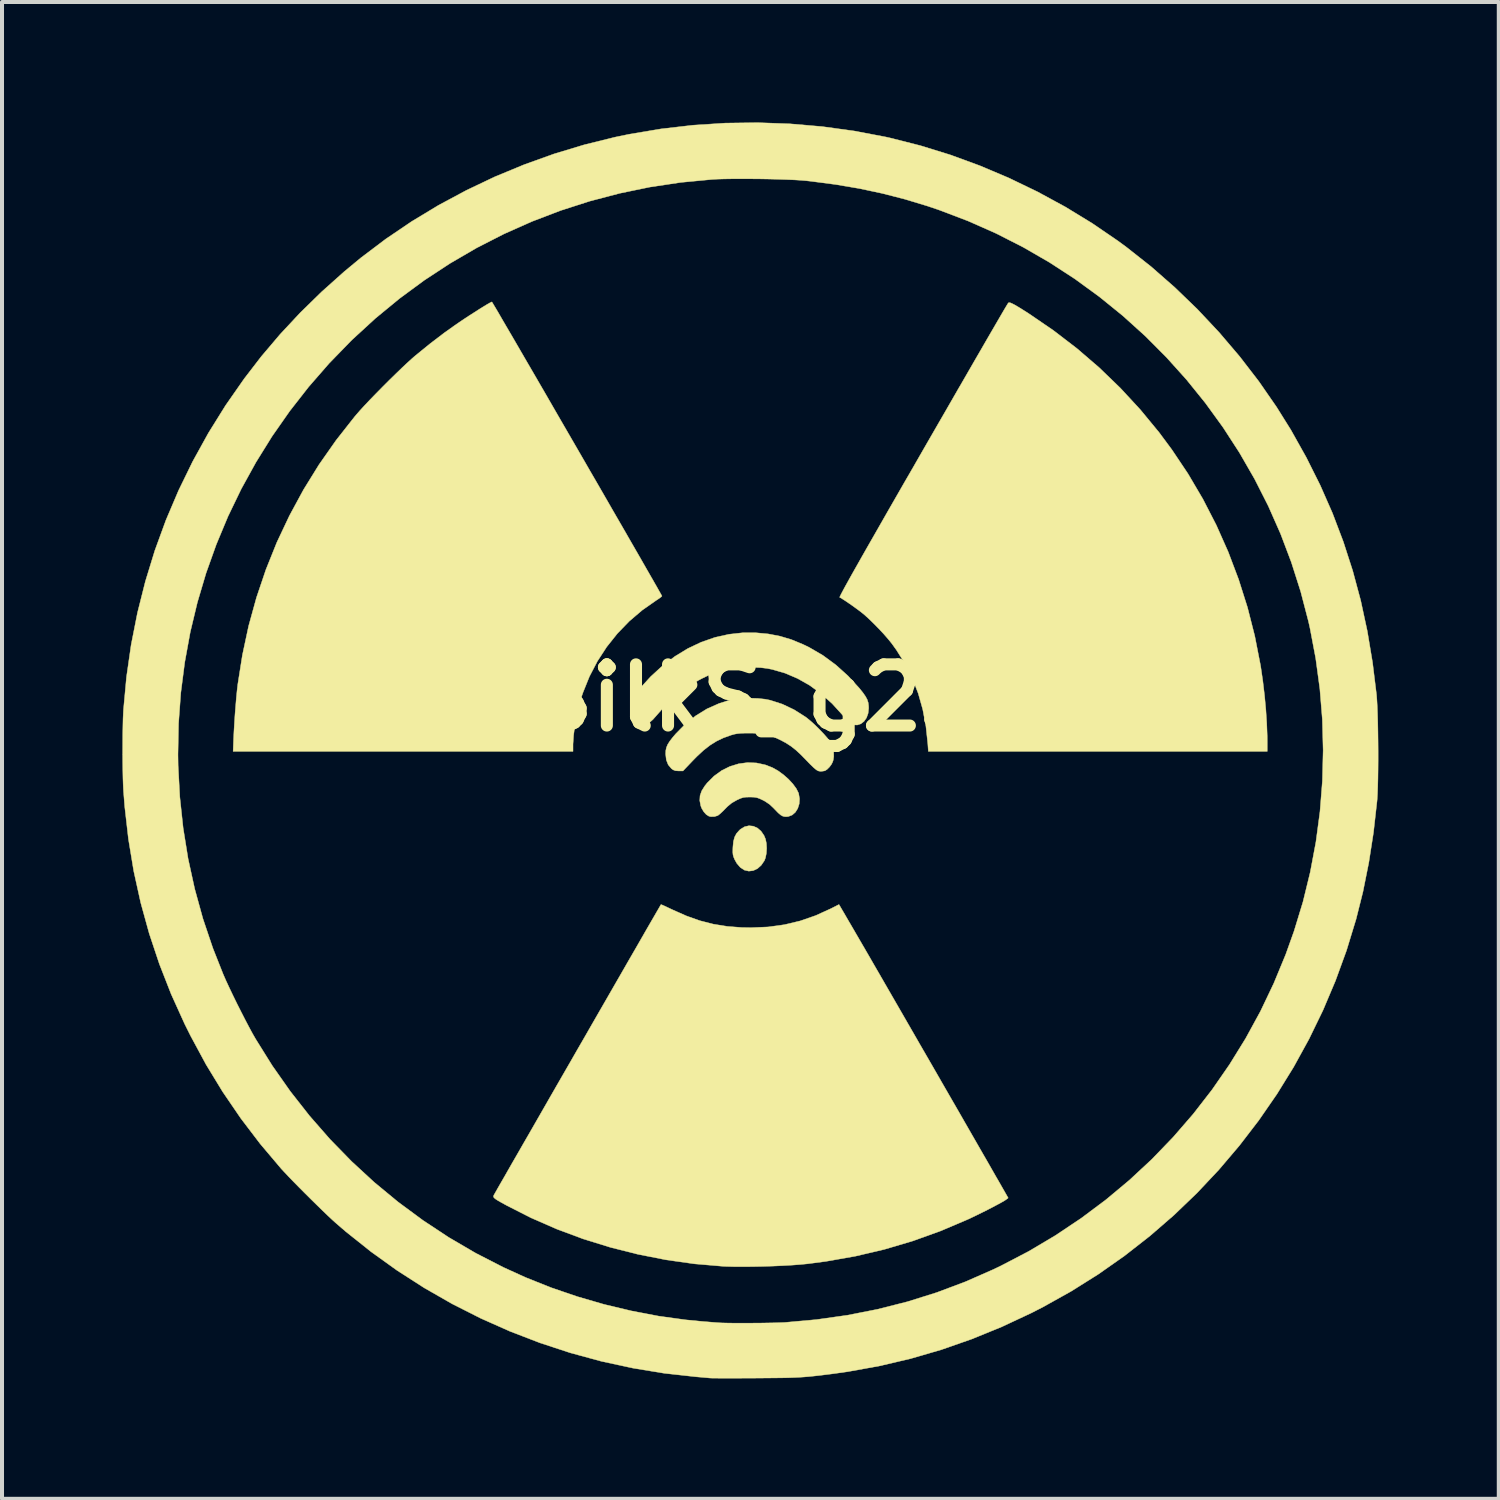
<source format=kicad_pcb>
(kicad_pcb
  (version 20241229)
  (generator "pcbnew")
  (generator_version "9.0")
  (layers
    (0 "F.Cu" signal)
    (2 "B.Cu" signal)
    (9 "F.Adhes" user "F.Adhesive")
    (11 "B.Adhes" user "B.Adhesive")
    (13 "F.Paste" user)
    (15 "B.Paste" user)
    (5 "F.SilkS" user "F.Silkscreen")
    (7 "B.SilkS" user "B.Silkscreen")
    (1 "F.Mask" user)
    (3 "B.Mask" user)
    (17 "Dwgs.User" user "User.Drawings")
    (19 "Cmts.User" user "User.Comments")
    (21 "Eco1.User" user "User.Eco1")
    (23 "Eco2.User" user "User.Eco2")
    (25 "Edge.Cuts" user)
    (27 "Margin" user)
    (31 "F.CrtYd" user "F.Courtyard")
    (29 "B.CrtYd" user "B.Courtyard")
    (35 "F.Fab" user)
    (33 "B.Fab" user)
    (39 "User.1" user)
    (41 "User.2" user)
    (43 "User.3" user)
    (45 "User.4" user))
  (footprint "F.SilkS_g2349"
    (layer "F.Cu")
    (at 16.239 14.333)
    (property "Reference" "F.SilkS_g2349" (at 0 0 0) (layer "F.SilkS") (effects (font (size 1.524 1.524) (thickness 0.3))))
    (attr through_hole)
    (fp_poly (pts (xy -0.526 3.196) (xy -0.424 3.241) (xy -0.333 3.319) (xy -0.259 3.426) (xy -0.222 3.514) (xy -0.199 3.622) (xy -0.192 3.747) (xy -0.2 3.874) (xy -0.223 3.987) (xy -0.248 4.053) (xy -0.327 4.169) (xy -0.421 4.253) (xy -0.527 4.303) (xy -0.637 4.316) (xy -0.748 4.29) (xy -0.751 4.288) (xy -0.849 4.223) (xy -0.936 4.122) (xy -0.99 4.025) (xy -1.015 3.965) (xy -1.03 3.911) (xy -1.036 3.85) (xy -1.035 3.766) (xy -1.033 3.718) (xy -1.02 3.578) (xy -0.991 3.468) (xy -0.944 3.379) (xy -0.872 3.298) (xy -0.845 3.273) (xy -0.742 3.21) (xy -0.634 3.185) (xy -0.526 3.196)) (stroke (width 0.01) (type solid)) (fill yes) (layer "F.SilkS"))
    (fp_poly (pts (xy -0.446 1.621) (xy -0.225 1.669) (xy -0.05 1.737) (xy 0.089 1.815) (xy 0.225 1.914) (xy 0.351 2.025) (xy 0.46 2.143) (xy 0.546 2.26) (xy 0.6 2.369) (xy 0.606 2.389) (xy 0.627 2.517) (xy 0.618 2.641) (xy 0.582 2.754) (xy 0.523 2.849) (xy 0.444 2.918) (xy 0.348 2.955) (xy 0.33 2.958) (xy 0.268 2.96) (xy 0.214 2.949) (xy 0.159 2.919) (xy 0.096 2.866) (xy 0.017 2.785) (xy -0.007 2.759) (xy -0.115 2.656) (xy -0.231 2.577) (xy -0.286 2.548) (xy -0.371 2.508) (xy -0.438 2.485) (xy -0.506 2.474) (xy -0.592 2.471) (xy -0.614 2.471) (xy -0.707 2.473) (xy -0.776 2.482) (xy -0.842 2.503) (xy -0.922 2.539) (xy -0.94 2.548) (xy -1.062 2.618) (xy -1.17 2.707) (xy -1.226 2.764) (xy -1.292 2.831) (xy -1.354 2.888) (xy -1.402 2.926) (xy -1.414 2.933) (xy -1.493 2.957) (xy -1.582 2.959) (xy -1.63 2.948) (xy -1.696 2.907) (xy -1.76 2.836) (xy -1.812 2.748) (xy -1.834 2.69) (xy -1.859 2.559) (xy -1.852 2.437) (xy -1.811 2.318) (xy -1.733 2.193) (xy -1.674 2.119) (xy -1.503 1.948) (xy -1.313 1.81) (xy -1.107 1.708) (xy -0.891 1.642) (xy -0.669 1.612) (xy -0.446 1.621)) (stroke (width 0.01) (type solid)) (fill yes) (layer "F.SilkS"))
    (fp_poly (pts (xy -0.466 -1.622) (xy -0.154 -1.593) (xy 0.138 -1.537) (xy 0.422 -1.452) (xy 0.709 -1.334) (xy 0.868 -1.257) (xy 1.209 -1.058) (xy 1.531 -0.821) (xy 1.834 -0.548) (xy 2.113 -0.244) (xy 2.204 -0.131) (xy 2.269 -0.038) (xy 2.312 0.042) (xy 2.337 0.12) (xy 2.347 0.202) (xy 2.349 0.256) (xy 2.335 0.385) (xy 2.295 0.497) (xy 2.233 0.585) (xy 2.154 0.647) (xy 2.064 0.676) (xy 1.967 0.671) (xy 1.917 0.653) (xy 1.884 0.628) (xy 1.831 0.577) (xy 1.766 0.507) (xy 1.697 0.426) (xy 1.693 0.422) (xy 1.439 0.143) (xy 1.166 -0.102) (xy 0.879 -0.312) (xy 0.577 -0.483) (xy 0.265 -0.616) (xy -0.056 -0.709) (xy -0.177 -0.733) (xy -0.341 -0.753) (xy -0.53 -0.76) (xy -0.73 -0.757) (xy -0.929 -0.744) (xy -1.111 -0.72) (xy -1.251 -0.691) (xy -1.403 -0.648) (xy -1.534 -0.604) (xy -1.659 -0.553) (xy -1.794 -0.488) (xy -1.881 -0.443) (xy -2.179 -0.264) (xy -2.463 -0.047) (xy -2.73 0.205) (xy -2.92 0.42) (xy -3.025 0.539) (xy -3.116 0.62) (xy -3.199 0.666) (xy -3.277 0.679) (xy -3.355 0.66) (xy -3.41 0.63) (xy -3.49 0.553) (xy -3.547 0.446) (xy -3.577 0.319) (xy -3.581 0.246) (xy -3.577 0.16) (xy -3.563 0.086) (xy -3.534 0.015) (xy -3.487 -0.063) (xy -3.417 -0.155) (xy -3.361 -0.223) (xy -3.082 -0.529) (xy -2.787 -0.799) (xy -2.478 -1.033) (xy -2.156 -1.229) (xy -1.823 -1.387) (xy -1.481 -1.506) (xy -1.131 -1.584) (xy -0.775 -1.623) (xy -0.466 -1.622)) (stroke (width 0.01) (type solid)) (fill yes) (layer "F.SilkS"))
    (fp_poly (pts (xy -0.409 0.014) (xy -0.231 0.033) (xy -0.106 0.058) (xy 0.198 0.156) (xy 0.491 0.295) (xy 0.769 0.471) (xy 0.815 0.505) (xy 0.909 0.583) (xy 1.017 0.681) (xy 1.127 0.79) (xy 1.232 0.901) (xy 1.321 1.003) (xy 1.384 1.085) (xy 1.43 1.158) (xy 1.457 1.22) (xy 1.471 1.291) (xy 1.477 1.354) (xy 1.479 1.462) (xy 1.467 1.547) (xy 1.451 1.597) (xy 1.417 1.663) (xy 1.367 1.728) (xy 1.311 1.783) (xy 1.261 1.815) (xy 1.239 1.82) (xy 1.191 1.827) (xy 1.182 1.829) (xy 1.142 1.83) (xy 1.09 1.819) (xy 1.045 1.793) (xy 0.977 1.736) (xy 0.888 1.65) (xy 0.804 1.563) (xy 0.664 1.419) (xy 0.538 1.302) (xy 0.418 1.207) (xy 0.295 1.127) (xy 0.168 1.058) (xy 0.02 0.988) (xy -0.111 0.938) (xy -0.238 0.905) (xy -0.375 0.887) (xy -0.534 0.879) (xy -0.614 0.878) (xy -0.744 0.879) (xy -0.843 0.883) (xy -0.921 0.891) (xy -0.989 0.903) (xy -1.058 0.922) (xy -1.079 0.928) (xy -1.268 0.996) (xy -1.44 1.078) (xy -1.603 1.18) (xy -1.764 1.305) (xy -1.932 1.461) (xy -2.033 1.564) (xy -2.277 1.82) (xy -2.386 1.82) (xy -2.464 1.815) (xy -2.521 1.793) (xy -2.563 1.763) (xy -2.644 1.668) (xy -2.692 1.547) (xy -2.709 1.398) (xy -2.705 1.313) (xy -2.689 1.237) (xy -2.658 1.162) (xy -2.607 1.081) (xy -2.533 0.985) (xy -2.458 0.897) (xy -2.219 0.653) (xy -1.958 0.445) (xy -1.678 0.273) (xy -1.379 0.14) (xy -1.131 0.061) (xy -0.977 0.031) (xy -0.796 0.014) (xy -0.602 0.008) (xy -0.409 0.014)) (stroke (width 0.01) (type solid)) (fill yes) (layer "F.SilkS"))
    (fp_poly (pts (xy 5.873 -9.842) (xy 5.919 -9.823) (xy 5.987 -9.788) (xy 6.078 -9.735) (xy 6.197 -9.661) (xy 6.334 -9.574) (xy 6.947 -9.155) (xy 7.534 -8.705) (xy 8.092 -8.225) (xy 8.619 -7.716) (xy 9.116 -7.178) (xy 9.581 -6.614) (xy 9.898 -6.187) (xy 10.304 -5.581) (xy 10.674 -4.952) (xy 11.008 -4.303) (xy 11.305 -3.635) (xy 11.564 -2.95) (xy 11.785 -2.252) (xy 11.966 -1.541) (xy 12.107 -0.82) (xy 12.117 -0.76) (xy 12.167 -0.416) (xy 12.209 -0.062) (xy 12.242 0.292) (xy 12.264 0.632) (xy 12.276 0.949) (xy 12.277 1.074) (xy 12.277 1.333) (xy 3.835 1.333) (xy 3.822 1.148) (xy 3.774 0.703) (xy 3.695 0.285) (xy 3.583 -0.11) (xy 3.438 -0.486) (xy 3.258 -0.845) (xy 3.041 -1.191) (xy 2.927 -1.35) (xy 2.838 -1.46) (xy 2.727 -1.588) (xy 2.601 -1.723) (xy 2.47 -1.856) (xy 2.344 -1.978) (xy 2.232 -2.079) (xy 2.207 -2.099) (xy 2.139 -2.153) (xy 2.055 -2.215) (xy 1.962 -2.283) (xy 1.867 -2.349) (xy 1.778 -2.41) (xy 1.702 -2.459) (xy 1.648 -2.492) (xy 1.627 -2.502) (xy 1.628 -2.512) (xy 1.64 -2.54) (xy 1.664 -2.588) (xy 1.699 -2.655) (xy 1.746 -2.743) (xy 1.807 -2.853) (xy 1.88 -2.985) (xy 1.968 -3.142) (xy 2.07 -3.322) (xy 2.187 -3.529) (xy 2.319 -3.761) (xy 2.468 -4.021) (xy 2.633 -4.31) (xy 2.814 -4.627) (xy 3.014 -4.975) (xy 3.231 -5.353) (xy 3.468 -5.763) (xy 3.723 -6.207) (xy 3.998 -6.684) (xy 4.293 -7.195) (xy 4.608 -7.743) (xy 4.642 -7.8) (xy 4.835 -8.135) (xy 5.008 -8.435) (xy 5.162 -8.701) (xy 5.297 -8.935) (xy 5.415 -9.138) (xy 5.516 -9.312) (xy 5.601 -9.458) (xy 5.671 -9.578) (xy 5.727 -9.674) (xy 5.77 -9.746) (xy 5.8 -9.796) (xy 5.819 -9.826) (xy 5.826 -9.837) (xy 5.843 -9.845) (xy 5.873 -9.842)) (stroke (width 0.01) (type solid)) (fill yes) (layer "F.SilkS"))
    (fp_poly (pts (xy -7.025 -9.845) (xy -6.994 -9.793) (xy -6.943 -9.708) (xy -6.875 -9.593) (xy -6.792 -9.449) (xy -6.693 -9.279) (xy -6.58 -9.086) (xy -6.454 -8.87) (xy -6.318 -8.635) (xy -6.171 -8.382) (xy -6.015 -8.114) (xy -5.852 -7.833) (xy -5.682 -7.54) (xy -5.508 -7.238) (xy -5.329 -6.928) (xy -5.147 -6.614) (xy -4.964 -6.298) (xy -4.78 -5.98) (xy -4.598 -5.664) (xy -4.417 -5.352) (xy -4.24 -5.045) (xy -4.068 -4.746) (xy -3.901 -4.457) (xy -3.741 -4.18) (xy -3.59 -3.917) (xy -3.448 -3.671) (xy -3.317 -3.443) (xy -3.198 -3.235) (xy -3.092 -3.05) (xy -3 -2.89) (xy -2.924 -2.757) (xy -2.865 -2.652) (xy -2.824 -2.579) (xy -2.802 -2.539) (xy -2.801 -2.537) (xy -2.814 -2.52) (xy -2.856 -2.487) (xy -2.917 -2.445) (xy -2.937 -2.433) (xy -3.289 -2.187) (xy -3.614 -1.91) (xy -3.911 -1.603) (xy -4.176 -1.27) (xy -4.409 -0.912) (xy -4.607 -0.532) (xy -4.768 -0.132) (xy -4.795 -0.054) (xy -4.865 0.183) (xy -4.924 0.434) (xy -4.97 0.688) (xy -5.001 0.931) (xy -5.016 1.152) (xy -5.016 1.201) (xy -5.016 1.333) (xy -13.482 1.333) (xy -13.471 1.032) (xy -13.462 0.843) (xy -13.45 0.635) (xy -13.436 0.419) (xy -13.419 0.203) (xy -13.402 -0.001) (xy -13.384 -0.183) (xy -13.367 -0.331) (xy -13.251 -1.067) (xy -13.096 -1.791) (xy -12.9 -2.501) (xy -12.665 -3.196) (xy -12.392 -3.876) (xy -12.079 -4.539) (xy -11.729 -5.185) (xy -11.342 -5.811) (xy -10.917 -6.417) (xy -10.457 -7.002) (xy -10.418 -7.048) (xy -10.325 -7.155) (xy -10.207 -7.284) (xy -10.069 -7.43) (xy -9.916 -7.587) (xy -9.755 -7.751) (xy -9.591 -7.915) (xy -9.429 -8.073) (xy -9.276 -8.221) (xy -9.136 -8.352) (xy -9.016 -8.461) (xy -8.954 -8.515) (xy -8.582 -8.818) (xy -8.219 -9.095) (xy -7.953 -9.284) (xy -7.841 -9.361) (xy -7.719 -9.443) (xy -7.593 -9.526) (xy -7.467 -9.606) (xy -7.349 -9.682) (xy -7.242 -9.748) (xy -7.152 -9.803) (xy -7.084 -9.841) (xy -7.044 -9.861) (xy -7.037 -9.863) (xy -7.025 -9.845)) (stroke (width 0.01) (type solid)) (fill yes) (layer "F.SilkS"))
    (fp_poly (pts (xy 1.729 5.351) (xy 1.789 5.455) (xy 1.861 5.579) (xy 1.935 5.705) (xy 1.99 5.8) (xy 2.048 5.9) (xy 2.126 6.034) (xy 2.222 6.199) (xy 2.334 6.392) (xy 2.46 6.611) (xy 2.6 6.853) (xy 2.751 7.115) (xy 2.912 7.394) (xy 3.081 7.687) (xy 3.257 7.992) (xy 3.438 8.306) (xy 3.622 8.626) (xy 3.809 8.949) (xy 3.995 9.272) (xy 4.18 9.594) (xy 4.362 9.91) (xy 4.54 10.218) (xy 4.711 10.516) (xy 4.874 10.8) (xy 5.028 11.068) (xy 5.171 11.317) (xy 5.302 11.544) (xy 5.418 11.747) (xy 5.518 11.922) (xy 5.576 12.022) (xy 5.824 12.456) (xy 5.778 12.493) (xy 5.735 12.522) (xy 5.661 12.565) (xy 5.56 12.62) (xy 5.441 12.683) (xy 5.308 12.752) (xy 5.168 12.822) (xy 5.028 12.891) (xy 4.894 12.955) (xy 4.826 12.987) (xy 4.145 13.277) (xy 3.451 13.527) (xy 2.742 13.737) (xy 2.019 13.907) (xy 1.282 14.037) (xy 0.826 14.097) (xy 0.649 14.114) (xy 0.44 14.13) (xy 0.208 14.143) (xy -0.04 14.154) (xy -0.293 14.162) (xy -0.545 14.167) (xy -0.784 14.169) (xy -1.004 14.168) (xy -1.195 14.163) (xy -1.281 14.159) (xy -1.992 14.098) (xy -2.699 13.998) (xy -3.399 13.86) (xy -4.088 13.686) (xy -4.763 13.477) (xy -5.421 13.232) (xy -6.057 12.954) (xy -6.669 12.643) (xy -6.678 12.638) (xy -6.798 12.572) (xy -6.886 12.522) (xy -6.945 12.484) (xy -6.98 12.455) (xy -6.996 12.431) (xy -6.996 12.409) (xy -6.986 12.384) (xy -6.984 12.38) (xy -6.969 12.354) (xy -6.935 12.294) (xy -6.883 12.202) (xy -6.813 12.08) (xy -6.727 11.931) (xy -6.627 11.755) (xy -6.513 11.556) (xy -6.386 11.336) (xy -6.249 11.097) (xy -6.101 10.841) (xy -5.945 10.569) (xy -5.782 10.285) (xy -5.613 9.99) (xy -5.439 9.687) (xy -5.261 9.378) (xy -5.08 9.064) (xy -4.899 8.748) (xy -4.717 8.433) (xy -4.537 8.119) (xy -4.359 7.81) (xy -4.185 7.508) (xy -4.016 7.214) (xy -3.853 6.931) (xy -3.698 6.661) (xy -3.551 6.406) (xy -3.414 6.169) (xy -3.289 5.951) (xy -3.176 5.754) (xy -3.076 5.581) (xy -2.991 5.434) (xy -2.922 5.315) (xy -2.871 5.227) (xy -2.838 5.17) (xy -2.825 5.148) (xy -2.825 5.148) (xy -2.805 5.154) (xy -2.754 5.176) (xy -2.679 5.211) (xy -2.586 5.255) (xy -2.537 5.278) (xy -2.192 5.431) (xy -1.857 5.55) (xy -1.522 5.636) (xy -1.178 5.692) (xy -0.814 5.72) (xy -0.582 5.724) (xy -0.158 5.706) (xy 0.249 5.65) (xy 0.643 5.556) (xy 1.029 5.422) (xy 1.407 5.25) (xy 1.609 5.147) (xy 1.729 5.351)) (stroke (width 0.01) (type solid)) (fill yes) (layer "F.SilkS"))
    (fp_poly (pts (xy 0.39 -14.299) (xy 1.192 -14.23) (xy 1.987 -14.121) (xy 2.772 -13.972) (xy 2.888 -13.946) (xy 3.636 -13.756) (xy 4.381 -13.526) (xy 5.118 -13.256) (xy 5.843 -12.949) (xy 6.554 -12.606) (xy 7.246 -12.23) (xy 7.916 -11.821) (xy 8.56 -11.381) (xy 8.778 -11.22) (xy 9.388 -10.738) (xy 9.976 -10.222) (xy 10.541 -9.676) (xy 11.08 -9.102) (xy 11.589 -8.504) (xy 12.066 -7.885) (xy 12.507 -7.248) (xy 12.868 -6.67) (xy 13.251 -5.986) (xy 13.596 -5.296) (xy 13.903 -4.598) (xy 14.172 -3.889) (xy 14.406 -3.165) (xy 14.605 -2.424) (xy 14.769 -1.663) (xy 14.9 -0.88) (xy 14.999 -0.074) (xy 15.008 0.05) (xy 15.017 0.209) (xy 15.024 0.399) (xy 15.03 0.611) (xy 15.034 0.84) (xy 15.037 1.08) (xy 15.039 1.324) (xy 15.039 1.566) (xy 15.037 1.8) (xy 15.034 2.019) (xy 15.029 2.217) (xy 15.023 2.388) (xy 15.015 2.526) (xy 15.011 2.572) (xy 14.923 3.354) (xy 14.806 4.106) (xy 14.661 4.829) (xy 14.487 5.523) (xy 14.486 5.524) (xy 14.251 6.293) (xy 13.977 7.045) (xy 13.666 7.78) (xy 13.318 8.497) (xy 12.935 9.194) (xy 12.518 9.869) (xy 12.067 10.522) (xy 11.584 11.151) (xy 11.07 11.756) (xy 10.526 12.334) (xy 9.953 12.884) (xy 9.352 13.405) (xy 8.724 13.896) (xy 8.071 14.355) (xy 7.393 14.781) (xy 6.691 15.173) (xy 6.406 15.319) (xy 5.665 15.666) (xy 4.915 15.972) (xy 4.157 16.237) (xy 3.39 16.46) (xy 2.613 16.642) (xy 1.826 16.784) (xy 1.45 16.837) (xy 1.275 16.859) (xy 1.122 16.878) (xy 0.985 16.893) (xy 0.859 16.906) (xy 0.737 16.916) (xy 0.614 16.924) (xy 0.483 16.93) (xy 0.339 16.935) (xy 0.176 16.938) (xy -0.012 16.94) (xy -0.231 16.942) (xy -0.466 16.944) (xy -0.677 16.945) (xy -0.877 16.946) (xy -1.062 16.946) (xy -1.228 16.946) (xy -1.369 16.946) (xy -1.482 16.945) (xy -1.562 16.944) (xy -1.605 16.942) (xy -1.609 16.942) (xy -1.659 16.937) (xy -1.739 16.93) (xy -1.84 16.921) (xy -1.947 16.912) (xy -2.742 16.824) (xy -3.531 16.694) (xy -4.311 16.525) (xy -5.082 16.315) (xy -5.84 16.066) (xy -6.586 15.779) (xy -7.316 15.454) (xy -8.029 15.093) (xy -8.724 14.695) (xy -9.398 14.262) (xy -10.05 13.794) (xy -10.678 13.293) (xy -10.933 13.073) (xy -11.019 12.995) (xy -11.129 12.892) (xy -11.257 12.769) (xy -11.398 12.631) (xy -11.547 12.485) (xy -11.698 12.335) (xy -11.845 12.187) (xy -11.983 12.046) (xy -12.107 11.918) (xy -12.21 11.808) (xy -12.286 11.726) (xy -12.806 11.111) (xy -13.29 10.475) (xy -13.74 9.816) (xy -14.157 9.132) (xy -14.541 8.42) (xy -14.692 8.117) (xy -15.026 7.379) (xy -15.319 6.63) (xy -15.572 5.871) (xy -15.785 5.099) (xy -15.958 4.315) (xy -16.09 3.517) (xy -16.183 2.705) (xy -16.213 2.318) (xy -16.22 2.18) (xy -16.226 2.008) (xy -16.23 1.81) (xy -16.233 1.594) (xy -16.234 1.41) (xy -14.856 1.41) (xy -14.852 1.683) (xy -14.81 2.467) (xy -14.727 3.241) (xy -14.604 4.005) (xy -14.439 4.759) (xy -14.234 5.502) (xy -13.987 6.234) (xy -13.732 6.879) (xy -13.667 7.028) (xy -13.585 7.205) (xy -13.492 7.4) (xy -13.392 7.605) (xy -13.287 7.813) (xy -13.184 8.015) (xy -13.085 8.203) (xy -12.996 8.368) (xy -12.921 8.498) (xy -12.506 9.163) (xy -12.058 9.801) (xy -11.579 10.411) (xy -11.07 10.993) (xy -10.532 11.545) (xy -9.966 12.067) (xy -9.373 12.557) (xy -8.754 13.014) (xy -8.111 13.439) (xy -7.444 13.829) (xy -6.755 14.183) (xy -6.199 14.436) (xy -5.566 14.689) (xy -4.911 14.913) (xy -4.24 15.108) (xy -3.561 15.27) (xy -2.881 15.4) (xy -2.207 15.493) (xy -1.767 15.535) (xy -1.652 15.544) (xy -1.544 15.553) (xy -1.455 15.56) (xy -1.394 15.564) (xy -1.386 15.565) (xy -1.31 15.569) (xy -1.198 15.572) (xy -1.057 15.574) (xy -0.896 15.575) (xy -0.721 15.575) (xy -0.538 15.574) (xy -0.356 15.573) (xy -0.181 15.57) (xy -0.02 15.567) (xy 0.119 15.563) (xy 0.23 15.559) (xy 0.265 15.557) (xy 1.051 15.486) (xy 1.822 15.377) (xy 2.577 15.228) (xy 3.317 15.04) (xy 4.044 14.812) (xy 4.757 14.544) (xy 5.458 14.236) (xy 5.641 14.148) (xy 6.333 13.787) (xy 7 13.391) (xy 7.642 12.962) (xy 8.257 12.502) (xy 8.845 12.011) (xy 9.404 11.491) (xy 9.934 10.941) (xy 10.433 10.365) (xy 10.901 9.762) (xy 11.336 9.134) (xy 11.739 8.482) (xy 12.107 7.808) (xy 12.439 7.111) (xy 12.736 6.393) (xy 12.945 5.808) (xy 13.167 5.08) (xy 13.348 4.339) (xy 13.489 3.59) (xy 13.59 2.833) (xy 13.65 2.071) (xy 13.669 1.306) (xy 13.649 0.541) (xy 13.587 -0.223) (xy 13.484 -0.983) (xy 13.341 -1.737) (xy 13.303 -1.906) (xy 13.109 -2.65) (xy 12.877 -3.377) (xy 12.608 -4.088) (xy 12.302 -4.78) (xy 11.961 -5.453) (xy 11.585 -6.106) (xy 11.177 -6.736) (xy 10.736 -7.344) (xy 10.265 -7.927) (xy 9.764 -8.484) (xy 9.235 -9.015) (xy 8.678 -9.518) (xy 8.095 -9.991) (xy 7.486 -10.435) (xy 6.854 -10.846) (xy 6.198 -11.225) (xy 5.521 -11.57) (xy 4.823 -11.879) (xy 4.105 -12.152) (xy 3.81 -12.252) (xy 3.251 -12.421) (xy 2.691 -12.565) (xy 2.119 -12.687) (xy 1.529 -12.787) (xy 0.91 -12.868) (xy 0.794 -12.881) (xy 0.667 -12.892) (xy 0.504 -12.902) (xy 0.313 -12.91) (xy 0.1 -12.917) (xy -0.127 -12.923) (xy -0.363 -12.927) (xy -0.6 -12.929) (xy -0.831 -12.93) (xy -1.049 -12.929) (xy -1.248 -12.926) (xy -1.421 -12.921) (xy -1.558 -12.913) (xy -2.333 -12.839) (xy -3.099 -12.724) (xy -3.853 -12.568) (xy -4.596 -12.373) (xy -5.325 -12.139) (xy -6.039 -11.866) (xy -6.736 -11.556) (xy -7.417 -11.208) (xy -8.078 -10.823) (xy -8.719 -10.403) (xy -9.338 -9.947) (xy -9.935 -9.456) (xy -10.507 -8.931) (xy -10.549 -8.89) (xy -11.091 -8.332) (xy -11.599 -7.749) (xy -12.072 -7.144) (xy -12.511 -6.516) (xy -12.913 -5.869) (xy -13.28 -5.203) (xy -13.61 -4.519) (xy -13.902 -3.819) (xy -14.157 -3.105) (xy -14.373 -2.377) (xy -14.55 -1.638) (xy -14.687 -0.888) (xy -14.785 -0.129) (xy -14.841 0.637) (xy -14.856 1.41) (xy -16.234 1.41) (xy -16.234 1.367) (xy -16.233 1.139) (xy -16.232 0.916) (xy -16.228 0.708) (xy -16.224 0.521) (xy -16.217 0.364) (xy -16.213 0.293) (xy -16.138 -0.521) (xy -16.022 -1.325) (xy -15.865 -2.119) (xy -15.668 -2.902) (xy -15.432 -3.671) (xy -15.156 -4.427) (xy -14.841 -5.167) (xy -14.488 -5.891) (xy -14.098 -6.597) (xy -13.67 -7.285) (xy -13.205 -7.952) (xy -12.777 -8.508) (xy -12.312 -9.056) (xy -11.811 -9.593) (xy -11.278 -10.114) (xy -10.719 -10.614) (xy -10.299 -10.962) (xy -9.682 -11.428) (xy -9.037 -11.865) (xy -8.367 -12.27) (xy -7.673 -12.642) (xy -6.961 -12.981) (xy -6.231 -13.283) (xy -5.487 -13.55) (xy -4.732 -13.778) (xy -3.968 -13.967) (xy -3.609 -14.041) (xy -2.821 -14.173) (xy -2.025 -14.265) (xy -1.222 -14.317) (xy -0.416 -14.328) (xy 0.39 -14.299)) (stroke (width 0.01) (type solid)) (fill yes) (layer "F.SilkS")))
  (gr_rect
    (start -3 -3)
    (end 34.283 34.284)
    (stroke (width 0.1) (type default))
    (fill no)
    (layer "Edge.Cuts")))
</source>
